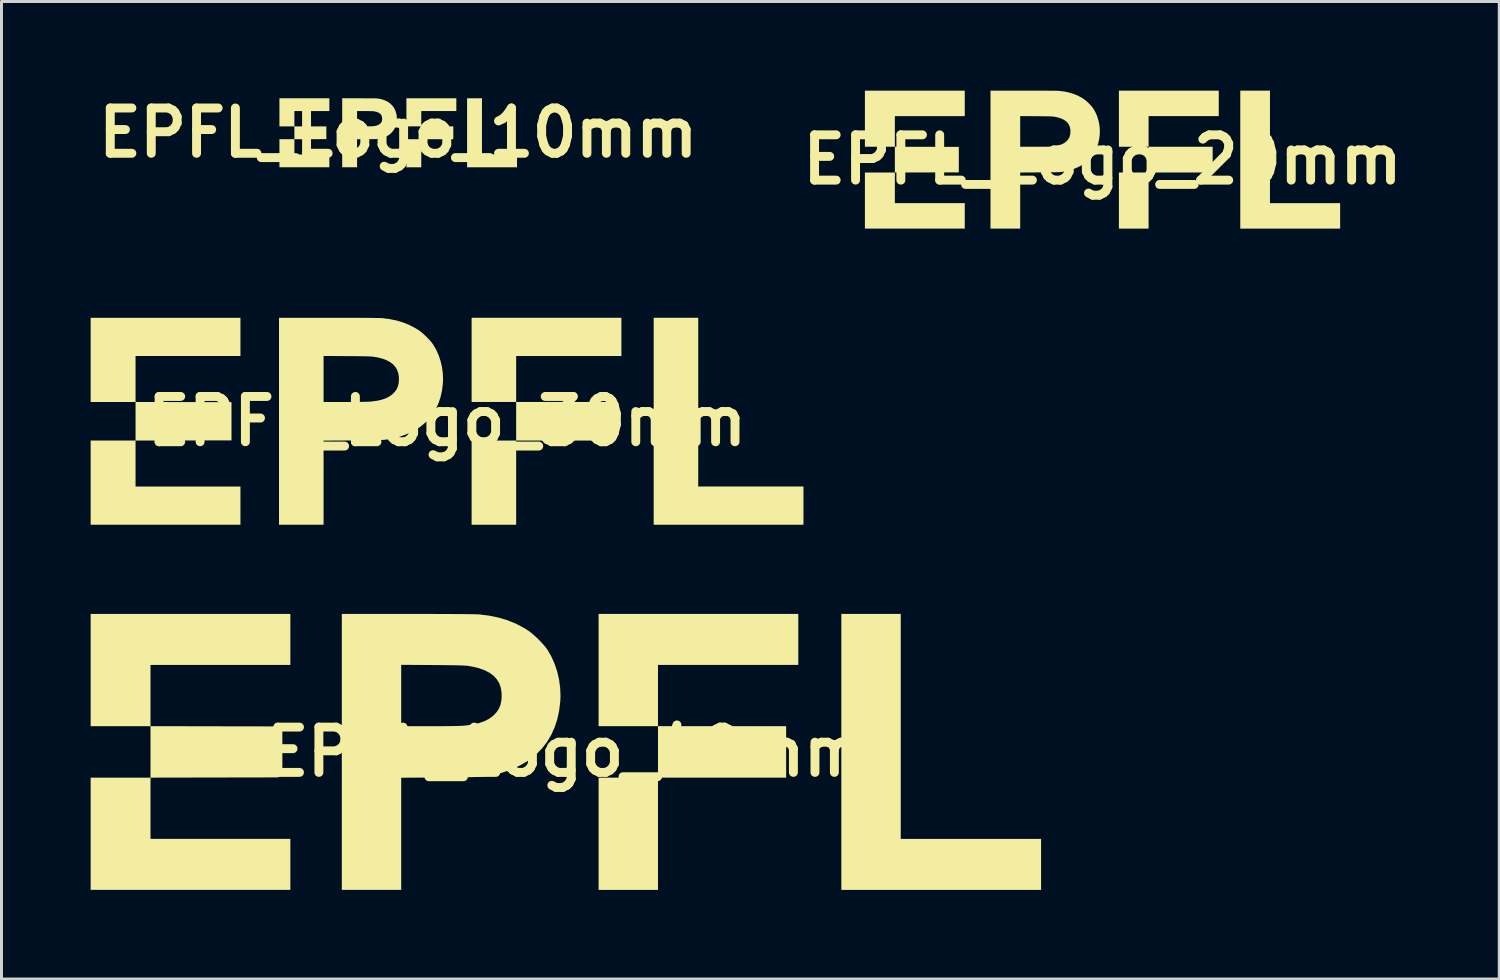
<source format=kicad_pcb>
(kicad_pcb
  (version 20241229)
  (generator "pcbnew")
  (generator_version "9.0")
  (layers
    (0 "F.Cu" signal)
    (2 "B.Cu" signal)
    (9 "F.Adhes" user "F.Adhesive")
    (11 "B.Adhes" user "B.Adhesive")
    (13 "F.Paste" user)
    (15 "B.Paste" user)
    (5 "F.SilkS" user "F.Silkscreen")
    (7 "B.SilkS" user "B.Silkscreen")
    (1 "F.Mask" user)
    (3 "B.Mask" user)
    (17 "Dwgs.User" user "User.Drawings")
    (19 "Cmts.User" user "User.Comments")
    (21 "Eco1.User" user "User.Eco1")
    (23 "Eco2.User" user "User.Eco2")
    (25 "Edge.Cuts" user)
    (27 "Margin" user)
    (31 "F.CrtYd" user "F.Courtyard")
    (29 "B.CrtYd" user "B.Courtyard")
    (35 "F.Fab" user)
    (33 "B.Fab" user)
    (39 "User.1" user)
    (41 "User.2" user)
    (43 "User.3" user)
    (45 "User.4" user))
  (footprint "EPFL_Logo_30mm"
    (layer "F.Cu")
    (at 11.992 11.124)
    (property "Reference" "EPFL_Logo_30mm" (at 0 0 0) (layer "F.SilkS") (effects (font (size 1.524 1.524) (thickness 0.3))))
    (attr board_only exclude_from_pos_files exclude_from_bom)
    (fp_poly (pts (xy 2.325 3.482) (xy 0.826 3.482) (xy 0.826 0.649) (xy 2.325 0.649)) (stroke (width 0) (type solid)) (fill yes) (layer "F.SilkS"))
    (fp_poly (pts (xy 5.559 0.649) (xy 2.325 0.649) (xy 2.325 -0.649) (xy 5.559 -0.649)) (stroke (width 0) (type solid)) (fill yes) (layer "F.SilkS"))
    (fp_poly (pts (xy 5.866 -2.195) (xy 2.325 -2.195) (xy 2.325 -0.649) (xy 0.826 -0.649) (xy 0.826 -3.482) (xy 5.866 -3.482)) (stroke (width 0) (type solid)) (fill yes) (layer "F.SilkS"))
    (fp_poly (pts (xy 8.451 2.195) (xy 11.992 2.195) (xy 11.992 3.482) (xy 6.952 3.482) (xy 6.952 -3.482) (xy 8.451 -3.482)) (stroke (width 0) (type solid)) (fill yes) (layer "F.SilkS"))
    (fp_poly (pts (xy -6.952 -2.195) (xy -10.481 -2.195) (xy -10.481 -0.649) (xy -8.867 -0.646) (xy -7.253 -0.643) (xy -7.253 0.643) (xy -8.867 0.646) (xy -10.481 0.649) (xy -10.481 2.195) (xy -6.952 2.195) (xy -6.952 3.482) (xy -11.992 3.482) (xy -11.992 0.649) (xy -10.481 0.649) (xy -10.481 -0.649) (xy -11.992 -0.649) (xy -11.992 -3.482) (xy -6.952 -3.482)) (stroke (width 0) (type solid)) (fill yes) (layer "F.SilkS"))
    (fp_poly (pts (xy -3.986 -3.482) (xy -3.734 -3.482) (xy -3.497 -3.481) (xy -3.278 -3.481) (xy -3.077 -3.48) (xy -2.894 -3.48) (xy -2.731 -3.479) (xy -2.587 -3.478) (xy -2.464 -3.476) (xy -2.361 -3.475) (xy -2.28 -3.473) (xy -2.222 -3.472) (xy -2.186 -3.47) (xy -2.184 -3.47) (xy -1.932 -3.438) (xy -1.696 -3.389) (xy -1.473 -3.322) (xy -1.264 -3.237) (xy -1.066 -3.133) (xy -0.938 -3.053) (xy -0.871 -3.003) (xy -0.796 -2.939) (xy -0.717 -2.865) (xy -0.64 -2.787) (xy -0.568 -2.709) (xy -0.507 -2.636) (xy -0.468 -2.583) (xy -0.368 -2.411) (xy -0.284 -2.225) (xy -0.219 -2.029) (xy -0.171 -1.824) (xy -0.143 -1.615) (xy -0.135 -1.405) (xy -0.142 -1.262) (xy -0.17 -1.034) (xy -0.218 -0.818) (xy -0.284 -0.616) (xy -0.37 -0.428) (xy -0.474 -0.254) (xy -0.596 -0.094) (xy -0.737 0.051) (xy -0.895 0.181) (xy -0.91 0.192) (xy -1.036 0.274) (xy -1.181 0.352) (xy -1.337 0.424) (xy -1.499 0.487) (xy -1.66 0.539) (xy -1.815 0.577) (xy -1.818 0.577) (xy -1.873 0.588) (xy -1.923 0.597) (xy -1.972 0.606) (xy -2.021 0.613) (xy -2.071 0.619) (xy -2.125 0.624) (xy -2.185 0.629) (xy -2.251 0.632) (xy -2.327 0.635) (xy -2.415 0.638) (xy -2.515 0.64) (xy -2.63 0.641) (xy -2.762 0.643) (xy -2.913 0.644) (xy -3.084 0.645) (xy -3.196 0.646) (xy -4.155 0.651) (xy -4.155 3.482) (xy -5.654 3.482) (xy -5.654 -2.197) (xy -4.155 -2.197) (xy -4.155 -0.649) (xy -3.423 -0.649) (xy -3.258 -0.649) (xy -3.115 -0.65) (xy -2.991 -0.65) (xy -2.885 -0.652) (xy -2.795 -0.653) (xy -2.719 -0.655) (xy -2.654 -0.658) (xy -2.598 -0.661) (xy -2.551 -0.664) (xy -2.521 -0.667) (xy -2.346 -0.692) (xy -2.192 -0.727) (xy -2.058 -0.774) (xy -1.943 -0.833) (xy -1.845 -0.903) (xy -1.825 -0.921) (xy -1.748 -1.003) (xy -1.692 -1.087) (xy -1.653 -1.179) (xy -1.629 -1.283) (xy -1.621 -1.368) (xy -1.622 -1.503) (xy -1.643 -1.626) (xy -1.684 -1.736) (xy -1.744 -1.835) (xy -1.825 -1.922) (xy -1.926 -1.996) (xy -2.047 -2.059) (xy -2.188 -2.111) (xy -2.35 -2.15) (xy -2.455 -2.168) (xy -2.485 -2.172) (xy -2.521 -2.176) (xy -2.565 -2.179) (xy -2.618 -2.181) (xy -2.683 -2.184) (xy -2.76 -2.186) (xy -2.853 -2.187) (xy -2.962 -2.189) (xy -3.09 -2.19) (xy -3.239 -2.191) (xy -3.367 -2.192) (xy -4.155 -2.197) (xy -5.654 -2.197) (xy -5.654 -3.482)) (stroke (width 0) (type solid)) (fill yes) (layer "F.SilkS")))
  (footprint "EPFL_Logo_20mm"
    (layer "F.Cu")
    (at 34.046 2.321)
    (property "Reference" "EPFL_Logo_20mm" (at 0 0 0) (layer "F.SilkS") (effects (font (size 1.524 1.524) (thickness 0.3))))
    (attr board_only exclude_from_pos_files exclude_from_bom)
    (fp_poly (pts (xy 1.55 2.321) (xy 0.551 2.321) (xy 0.551 0.433) (xy 1.55 0.433)) (stroke (width 0) (type solid)) (fill yes) (layer "F.SilkS"))
    (fp_poly (pts (xy 3.706 0.433) (xy 1.55 0.433) (xy 1.55 -0.433) (xy 3.706 -0.433)) (stroke (width 0) (type solid)) (fill yes) (layer "F.SilkS"))
    (fp_poly (pts (xy 3.911 -1.464) (xy 1.55 -1.464) (xy 1.55 -0.433) (xy 0.551 -0.433) (xy 0.551 -2.321) (xy 3.911 -2.321)) (stroke (width 0) (type solid)) (fill yes) (layer "F.SilkS"))
    (fp_poly (pts (xy 5.634 1.464) (xy 7.995 1.464) (xy 7.995 2.321) (xy 4.635 2.321) (xy 4.635 -2.321) (xy 5.634 -2.321)) (stroke (width 0) (type solid)) (fill yes) (layer "F.SilkS"))
    (fp_poly (pts (xy -4.635 -1.464) (xy -6.987 -1.464) (xy -6.987 -0.433) (xy -4.835 -0.429) (xy -4.835 0.429) (xy -6.987 0.433) (xy -6.987 1.464) (xy -4.635 1.464) (xy -4.635 2.321) (xy -7.995 2.321) (xy -7.995 0.433) (xy -6.987 0.433) (xy -6.987 -0.433) (xy -7.995 -0.433) (xy -7.995 -2.321) (xy -4.635 -2.321)) (stroke (width 0) (type solid)) (fill yes) (layer "F.SilkS"))
    (fp_poly (pts (xy -2.658 -2.321) (xy -2.489 -2.321) (xy -2.332 -2.321) (xy -2.186 -2.321) (xy -2.051 -2.32) (xy -1.93 -2.32) (xy -1.821 -2.319) (xy -1.725 -2.318) (xy -1.642 -2.318) (xy -1.574 -2.317) (xy -1.52 -2.316) (xy -1.481 -2.314) (xy -1.457 -2.313) (xy -1.456 -2.313) (xy -1.288 -2.292) (xy -1.13 -2.259) (xy -0.982 -2.214) (xy -0.842 -2.158) (xy -0.71 -2.089) (xy -0.626 -2.035) (xy -0.581 -2.002) (xy -0.531 -1.959) (xy -0.478 -1.91) (xy -0.426 -1.858) (xy -0.379 -1.806) (xy -0.338 -1.758) (xy -0.312 -1.722) (xy -0.245 -1.607) (xy -0.19 -1.484) (xy -0.146 -1.352) (xy -0.114 -1.216) (xy -0.095 -1.077) (xy -0.09 -0.937) (xy -0.094 -0.842) (xy -0.113 -0.689) (xy -0.145 -0.546) (xy -0.19 -0.411) (xy -0.246 -0.285) (xy -0.316 -0.169) (xy -0.397 -0.063) (xy -0.491 0.034) (xy -0.597 0.121) (xy -0.606 0.128) (xy -0.691 0.183) (xy -0.787 0.235) (xy -0.891 0.283) (xy -0.999 0.325) (xy -1.107 0.359) (xy -1.21 0.385) (xy -1.212 0.385) (xy -1.248 0.392) (xy -1.282 0.398) (xy -1.315 0.404) (xy -1.347 0.409) (xy -1.381 0.413) (xy -1.417 0.416) (xy -1.456 0.419) (xy -1.501 0.421) (xy -1.552 0.423) (xy -1.61 0.425) (xy -1.677 0.426) (xy -1.753 0.428) (xy -1.841 0.428) (xy -1.942 0.429) (xy -2.056 0.43) (xy -2.13 0.43) (xy -2.77 0.434) (xy -2.77 2.321) (xy -3.769 2.321) (xy -3.769 -1.465) (xy -2.77 -1.465) (xy -2.77 -0.433) (xy -2.282 -0.433) (xy -2.172 -0.433) (xy -2.076 -0.433) (xy -1.994 -0.434) (xy -1.924 -0.434) (xy -1.863 -0.435) (xy -1.812 -0.437) (xy -1.769 -0.438) (xy -1.732 -0.44) (xy -1.701 -0.443) (xy -1.68 -0.445) (xy -1.564 -0.461) (xy -1.462 -0.485) (xy -1.372 -0.516) (xy -1.295 -0.555) (xy -1.23 -0.602) (xy -1.217 -0.614) (xy -1.166 -0.668) (xy -1.128 -0.724) (xy -1.102 -0.786) (xy -1.086 -0.855) (xy -1.081 -0.912) (xy -1.081 -1.002) (xy -1.095 -1.084) (xy -1.123 -1.158) (xy -1.163 -1.223) (xy -1.217 -1.281) (xy -1.284 -1.331) (xy -1.364 -1.373) (xy -1.459 -1.407) (xy -1.567 -1.434) (xy -1.637 -1.446) (xy -1.657 -1.448) (xy -1.681 -1.451) (xy -1.71 -1.453) (xy -1.745 -1.454) (xy -1.788 -1.456) (xy -1.84 -1.457) (xy -1.902 -1.458) (xy -1.975 -1.459) (xy -2.06 -1.46) (xy -2.159 -1.461) (xy -2.245 -1.461) (xy -2.77 -1.465) (xy -3.769 -1.465) (xy -3.769 -2.321)) (stroke (width 0) (type solid)) (fill yes) (layer "F.SilkS")))
  (footprint "EPFL_Logo_10mm"
    (layer "F.Cu")
    (at 10.349 1.418)
    (property "Reference" "EPFL_Logo_10mm" (at 0 0 0) (layer "F.SilkS") (effects (font (size 1.524 1.524) (thickness 0.3))))
    (attr board_only exclude_from_pos_files exclude_from_bom)
    (fp_poly (pts (xy 0.775 1.161) (xy 0.275 1.161) (xy 0.275 0.216) (xy 0.775 0.216)) (stroke (width 0) (type solid)) (fill yes) (layer "F.SilkS"))
    (fp_poly (pts (xy 1.853 0.216) (xy 0.775 0.216) (xy 0.775 -0.216) (xy 1.853 -0.216)) (stroke (width 0) (type solid)) (fill yes) (layer "F.SilkS"))
    (fp_poly (pts (xy 1.955 -0.732) (xy 0.775 -0.732) (xy 0.775 -0.216) (xy 0.275 -0.216) (xy 0.275 -1.161) (xy 1.955 -1.161)) (stroke (width 0) (type solid)) (fill yes) (layer "F.SilkS"))
    (fp_poly (pts (xy 2.817 0.732) (xy 3.997 0.732) (xy 3.997 1.161) (xy 2.317 1.161) (xy 2.317 -1.161) (xy 2.817 -1.161)) (stroke (width 0) (type solid)) (fill yes) (layer "F.SilkS"))
    (fp_poly (pts (xy -2.317 -0.732) (xy -3.494 -0.732) (xy -3.494 -0.216) (xy -2.956 -0.215) (xy -2.418 -0.214) (xy -2.418 0.214) (xy -2.956 0.215) (xy -3.494 0.216) (xy -3.494 0.732) (xy -2.317 0.732) (xy -2.317 1.161) (xy -3.997 1.161) (xy -3.997 0.216) (xy -3.494 0.216) (xy -3.494 -0.216) (xy -3.997 -0.216) (xy -3.997 -1.161) (xy -2.317 -1.161)) (stroke (width 0) (type solid)) (fill yes) (layer "F.SilkS"))
    (fp_poly (pts (xy -1.329 -1.161) (xy -1.245 -1.161) (xy -1.166 -1.16) (xy -1.093 -1.16) (xy -1.026 -1.16) (xy -0.965 -1.16) (xy -0.91 -1.16) (xy -0.862 -1.159) (xy -0.821 -1.159) (xy -0.787 -1.158) (xy -0.76 -1.158) (xy -0.741 -1.157) (xy -0.729 -1.157) (xy -0.728 -1.157) (xy -0.644 -1.146) (xy -0.565 -1.13) (xy -0.491 -1.107) (xy -0.421 -1.079) (xy -0.355 -1.044) (xy -0.313 -1.018) (xy -0.29 -1.001) (xy -0.265 -0.98) (xy -0.239 -0.955) (xy -0.213 -0.929) (xy -0.189 -0.903) (xy -0.169 -0.879) (xy -0.156 -0.861) (xy -0.123 -0.804) (xy -0.095 -0.742) (xy -0.073 -0.676) (xy -0.057 -0.608) (xy -0.048 -0.538) (xy -0.045 -0.468) (xy -0.047 -0.421) (xy -0.057 -0.345) (xy -0.073 -0.273) (xy -0.095 -0.205) (xy -0.123 -0.143) (xy -0.158 -0.085) (xy -0.199 -0.031) (xy -0.246 0.017) (xy -0.298 0.06) (xy -0.303 0.064) (xy -0.345 0.091) (xy -0.394 0.117) (xy -0.446 0.141) (xy -0.5 0.162) (xy -0.553 0.18) (xy -0.605 0.192) (xy -0.606 0.192) (xy -0.624 0.196) (xy -0.641 0.199) (xy -0.657 0.202) (xy -0.674 0.204) (xy -0.69 0.206) (xy -0.708 0.208) (xy -0.728 0.21) (xy -0.75 0.211) (xy -0.776 0.212) (xy -0.805 0.213) (xy -0.838 0.213) (xy -0.877 0.214) (xy -0.921 0.214) (xy -0.971 0.215) (xy -1.028 0.215) (xy -1.065 0.215) (xy -1.385 0.217) (xy -1.385 1.161) (xy -1.885 1.161) (xy -1.885 -0.732) (xy -1.385 -0.732) (xy -1.385 -0.216) (xy -1.141 -0.216) (xy -1.086 -0.216) (xy -1.038 -0.217) (xy -0.997 -0.217) (xy -0.962 -0.217) (xy -0.932 -0.218) (xy -0.906 -0.218) (xy -0.885 -0.219) (xy -0.866 -0.22) (xy -0.85 -0.221) (xy -0.84 -0.222) (xy -0.782 -0.231) (xy -0.731 -0.242) (xy -0.686 -0.258) (xy -0.648 -0.278) (xy -0.615 -0.301) (xy -0.608 -0.307) (xy -0.583 -0.334) (xy -0.564 -0.362) (xy -0.551 -0.393) (xy -0.543 -0.428) (xy -0.54 -0.456) (xy -0.541 -0.501) (xy -0.548 -0.542) (xy -0.561 -0.579) (xy -0.581 -0.612) (xy -0.608 -0.641) (xy -0.642 -0.665) (xy -0.682 -0.686) (xy -0.729 -0.704) (xy -0.783 -0.717) (xy -0.818 -0.723) (xy -0.828 -0.724) (xy -0.84 -0.725) (xy -0.855 -0.726) (xy -0.873 -0.727) (xy -0.894 -0.728) (xy -0.92 -0.729) (xy -0.951 -0.729) (xy -0.987 -0.73) (xy -1.03 -0.73) (xy -1.08 -0.73) (xy -1.122 -0.731) (xy -1.385 -0.732) (xy -1.885 -0.732) (xy -1.885 -1.161)) (stroke (width 0) (type solid)) (fill yes) (layer "F.SilkS")))
  (footprint "EPFL_Logo_40mm"
    (layer "F.Cu")
    (at 15.989 22.249)
    (property "Reference" "EPFL_Logo_40mm" (at 0 0 0) (layer "F.SilkS") (effects (font (size 1.524 1.524) (thickness 0.3))))
    (attr board_only exclude_from_pos_files exclude_from_bom)
    (fp_poly (pts (xy 3.1 4.643) (xy 1.102 4.643) (xy 1.102 0.866) (xy 3.1 0.866)) (stroke (width 0) (type solid)) (fill yes) (layer "F.SilkS"))
    (fp_poly (pts (xy 7.412 0.866) (xy 3.1 0.866) (xy 3.1 -0.866) (xy 7.412 -0.866)) (stroke (width 0) (type solid)) (fill yes) (layer "F.SilkS"))
    (fp_poly (pts (xy 7.821 -2.927) (xy 3.1 -2.927) (xy 3.1 -0.866) (xy 1.102 -0.866) (xy 1.102 -4.643) (xy 7.821 -4.643)) (stroke (width 0) (type solid)) (fill yes) (layer "F.SilkS"))
    (fp_poly (pts (xy 11.268 2.927) (xy 15.989 2.927) (xy 15.989 4.643) (xy 9.269 4.643) (xy 9.269 -4.643) (xy 11.268 -4.643)) (stroke (width 0) (type solid)) (fill yes) (layer "F.SilkS"))
    (fp_poly (pts (xy -9.269 -2.927) (xy -13.975 -2.927) (xy -13.975 -0.866) (xy -11.823 -0.862) (xy -9.671 -0.858) (xy -9.671 0.858) (xy -11.823 0.862) (xy -13.975 0.866) (xy -13.975 2.927) (xy -9.269 2.927) (xy -9.269 4.643) (xy -15.989 4.643) (xy -15.989 0.866) (xy -13.975 0.866) (xy -13.975 -0.866) (xy -15.989 -0.866) (xy -15.989 -4.643) (xy -9.269 -4.643)) (stroke (width 0) (type solid)) (fill yes) (layer "F.SilkS"))
    (fp_poly (pts (xy -5.315 -4.642) (xy -4.978 -4.642) (xy -4.663 -4.642) (xy -4.371 -4.641) (xy -4.103 -4.641) (xy -3.859 -4.639) (xy -3.641 -4.638) (xy -3.449 -4.637) (xy -3.285 -4.635) (xy -3.148 -4.633) (xy -3.04 -4.631) (xy -2.962 -4.629) (xy -2.915 -4.626) (xy -2.911 -4.626) (xy -2.576 -4.584) (xy -2.261 -4.518) (xy -1.964 -4.429) (xy -1.685 -4.316) (xy -1.421 -4.178) (xy -1.251 -4.071) (xy -1.162 -4.004) (xy -1.061 -3.918) (xy -0.956 -3.82) (xy -0.853 -3.716) (xy -0.758 -3.613) (xy -0.676 -3.515) (xy -0.624 -3.444) (xy -0.49 -3.215) (xy -0.379 -2.967) (xy -0.291 -2.705) (xy -0.228 -2.432) (xy -0.191 -2.154) (xy -0.18 -1.873) (xy -0.189 -1.683) (xy -0.227 -1.378) (xy -0.29 -1.091) (xy -0.379 -0.822) (xy -0.493 -0.571) (xy -0.631 -0.338) (xy -0.795 -0.125) (xy -0.982 0.068) (xy -1.194 0.242) (xy -1.213 0.256) (xy -1.382 0.365) (xy -1.574 0.47) (xy -1.783 0.565) (xy -1.998 0.65) (xy -2.213 0.719) (xy -2.42 0.769) (xy -2.424 0.77) (xy -2.497 0.784) (xy -2.565 0.797) (xy -2.63 0.808) (xy -2.695 0.817) (xy -2.762 0.825) (xy -2.834 0.832) (xy -2.913 0.838) (xy -3.002 0.843) (xy -3.103 0.847) (xy -3.22 0.85) (xy -3.353 0.853) (xy -3.507 0.855) (xy -3.683 0.857) (xy -3.884 0.859) (xy -4.112 0.86) (xy -4.261 0.861) (xy -5.54 0.869) (xy -5.54 4.643) (xy -7.538 4.643) (xy -7.538 -2.93) (xy -5.54 -2.93) (xy -5.54 -0.866) (xy -4.563 -0.866) (xy -4.344 -0.866) (xy -4.153 -0.866) (xy -3.988 -0.867) (xy -3.847 -0.869) (xy -3.727 -0.871) (xy -3.625 -0.873) (xy -3.538 -0.877) (xy -3.465 -0.881) (xy -3.401 -0.885) (xy -3.361 -0.889) (xy -3.129 -0.922) (xy -2.923 -0.97) (xy -2.744 -1.032) (xy -2.59 -1.11) (xy -2.461 -1.204) (xy -2.433 -1.228) (xy -2.331 -1.337) (xy -2.256 -1.449) (xy -2.204 -1.571) (xy -2.172 -1.71) (xy -2.161 -1.823) (xy -2.163 -2.004) (xy -2.191 -2.168) (xy -2.245 -2.315) (xy -2.326 -2.447) (xy -2.433 -2.562) (xy -2.568 -2.662) (xy -2.729 -2.746) (xy -2.917 -2.814) (xy -3.133 -2.867) (xy -3.273 -2.891) (xy -3.313 -2.897) (xy -3.361 -2.901) (xy -3.42 -2.905) (xy -3.491 -2.908) (xy -3.577 -2.911) (xy -3.68 -2.914) (xy -3.804 -2.916) (xy -3.95 -2.918) (xy -4.121 -2.92) (xy -4.318 -2.922) (xy -4.489 -2.923) (xy -5.54 -2.93) (xy -7.538 -2.93) (xy -7.538 -4.643)) (stroke (width 0) (type solid)) (fill yes) (layer "F.SilkS")))
  (gr_rect
    (start -3 -3)
    (end 47.395 29.891)
    (stroke (width 0.1) (type default))
    (fill no)
    (layer "Edge.Cuts")))
</source>
